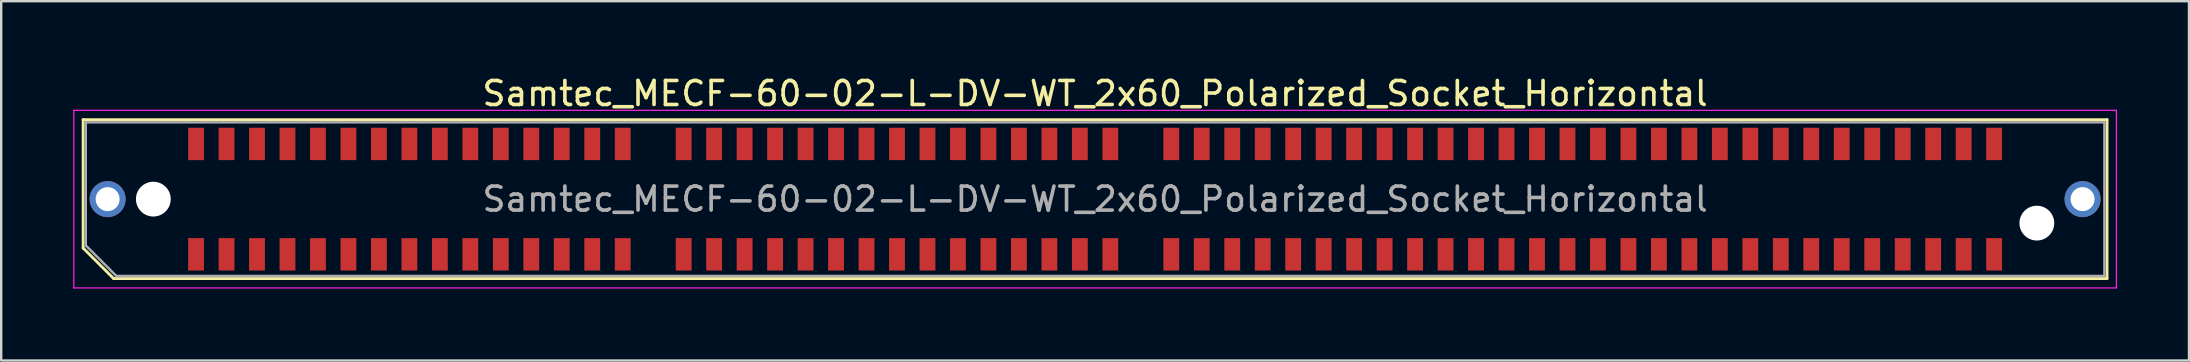
<source format=kicad_pcb>
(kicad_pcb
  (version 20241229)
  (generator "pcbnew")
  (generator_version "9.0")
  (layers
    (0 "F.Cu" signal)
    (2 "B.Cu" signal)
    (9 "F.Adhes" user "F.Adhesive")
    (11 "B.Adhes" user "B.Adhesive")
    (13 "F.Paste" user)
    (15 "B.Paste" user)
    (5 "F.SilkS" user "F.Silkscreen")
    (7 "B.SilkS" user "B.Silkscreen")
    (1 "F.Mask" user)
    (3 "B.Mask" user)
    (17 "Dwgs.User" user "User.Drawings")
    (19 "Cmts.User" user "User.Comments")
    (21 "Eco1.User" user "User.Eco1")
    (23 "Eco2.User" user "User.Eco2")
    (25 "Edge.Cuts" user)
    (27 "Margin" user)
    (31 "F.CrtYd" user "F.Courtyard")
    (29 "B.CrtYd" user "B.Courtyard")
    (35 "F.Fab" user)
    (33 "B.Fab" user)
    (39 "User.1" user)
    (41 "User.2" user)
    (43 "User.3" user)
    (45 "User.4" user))
  (footprint "Samtec_MECF-60-02-L-DV-WT_2x60_Polarized_Socket_Horizontal"
    (layer "F.Cu")
    (at 42.585 5.248)
    (property "Reference" "Samtec_MECF-60-02-L-DV-WT_2x60_Polarized_Socket_Horizontal" (at 0 -4.4 0) (layer "F.SilkS") (effects (font (size 1 1) (thickness 0.15))))
    (attr smd)
    (fp_line (start -42.17 -3.31) (end 42.17 -3.31) (stroke (width 0.12) (type solid)) (layer "F.SilkS"))
    (fp_line (start -42.17 2.04) (end -42.17 -3.31) (stroke (width 0.12) (type solid)) (layer "F.SilkS"))
    (fp_line (start -40.9 3.31) (end -42.17 2.04) (stroke (width 0.12) (type solid)) (layer "F.SilkS"))
    (fp_line (start -40.9 3.31) (end 42.17 3.31) (stroke (width 0.12) (type solid)) (layer "F.SilkS"))
    (fp_line (start 42.17 3.31) (end 42.17 -3.31) (stroke (width 0.12) (type solid)) (layer "F.SilkS"))
    (fp_line (start -42.56 -3.7) (end -42.56 3.7) (stroke (width 0.05) (type solid)) (layer "F.CrtYd"))
    (fp_line (start -42.56 3.7) (end 42.56 3.7) (stroke (width 0.05) (type solid)) (layer "F.CrtYd"))
    (fp_line (start 42.56 -3.7) (end -42.56 -3.7) (stroke (width 0.05) (type solid)) (layer "F.CrtYd"))
    (fp_line (start 42.56 3.7) (end 42.56 -3.7) (stroke (width 0.05) (type solid)) (layer "F.CrtYd"))
    (fp_line (start -42.06 -3.2) (end 42.06 -3.2) (stroke (width 0.1) (type solid)) (layer "F.Fab"))
    (fp_line (start -42.06 1.93) (end -42.06 -3.2) (stroke (width 0.1) (type solid)) (layer "F.Fab"))
    (fp_line (start -42.06 1.93) (end -40.79 3.2) (stroke (width 0.1) (type solid)) (layer "F.Fab"))
    (fp_line (start -40.79 3.2) (end 42.06 3.2) (stroke (width 0.1) (type solid)) (layer "F.Fab"))
    (fp_line (start 42.06 3.2) (end 42.06 -3.2) (stroke (width 0.1) (type solid)) (layer "F.Fab"))
    (fp_text user "${REFERENCE}" (at 0 0 0) (layer "F.Fab") (effects (font (size 1 1) (thickness 0.15))))
    (pad "" thru_hole circle (at -41.15 0) (size 1.5 1.5) (drill 1) (layers "*.Cu" "*.Mask"))
    (pad "" np_thru_hole circle (at -39.245 0) (size 1.45 1.45) (drill 1.45) (layers "*.Cu" "*.Mask"))
    (pad "" np_thru_hole circle (at 39.245 1) (size 1.45 1.45) (drill 1.45) (layers "*.Cu" "*.Mask"))
    (pad "" thru_hole circle (at 41.15 0) (size 1.5 1.5) (drill 1) (layers "*.Cu" "*.Mask"))
    (pad "1" smd rect (at -37.465 2.3) (size 0.66 1.35) (layers "F.Cu" "F.Mask" "F.Paste"))
    (pad "2" smd rect (at -37.465 -2.3) (size 0.66 1.35) (layers "F.Cu" "F.Mask" "F.Paste"))
    (pad "3" smd rect (at -36.195 2.3) (size 0.66 1.35) (layers "F.Cu" "F.Mask" "F.Paste"))
    (pad "4" smd rect (at -36.195 -2.3) (size 0.66 1.35) (layers "F.Cu" "F.Mask" "F.Paste"))
    (pad "5" smd rect (at -34.925 2.3) (size 0.66 1.35) (layers "F.Cu" "F.Mask" "F.Paste"))
    (pad "6" smd rect (at -34.925 -2.3) (size 0.66 1.35) (layers "F.Cu" "F.Mask" "F.Paste"))
    (pad "7" smd rect (at -33.655 2.3) (size 0.66 1.35) (layers "F.Cu" "F.Mask" "F.Paste"))
    (pad "8" smd rect (at -33.655 -2.3) (size 0.66 1.35) (layers "F.Cu" "F.Mask" "F.Paste"))
    (pad "9" smd rect (at -32.385 2.3) (size 0.66 1.35) (layers "F.Cu" "F.Mask" "F.Paste"))
    (pad "10" smd rect (at -32.385 -2.3) (size 0.66 1.35) (layers "F.Cu" "F.Mask" "F.Paste"))
    (pad "11" smd rect (at -31.115 2.3) (size 0.66 1.35) (layers "F.Cu" "F.Mask" "F.Paste"))
    (pad "12" smd rect (at -31.115 -2.3) (size 0.66 1.35) (layers "F.Cu" "F.Mask" "F.Paste"))
    (pad "13" smd rect (at -29.845 2.3) (size 0.66 1.35) (layers "F.Cu" "F.Mask" "F.Paste"))
    (pad "14" smd rect (at -29.845 -2.3) (size 0.66 1.35) (layers "F.Cu" "F.Mask" "F.Paste"))
    (pad "15" smd rect (at -28.575 2.3) (size 0.66 1.35) (layers "F.Cu" "F.Mask" "F.Paste"))
    (pad "16" smd rect (at -28.575 -2.3) (size 0.66 1.35) (layers "F.Cu" "F.Mask" "F.Paste"))
    (pad "17" smd rect (at -27.305 2.3) (size 0.66 1.35) (layers "F.Cu" "F.Mask" "F.Paste"))
    (pad "18" smd rect (at -27.305 -2.3) (size 0.66 1.35) (layers "F.Cu" "F.Mask" "F.Paste"))
    (pad "19" smd rect (at -26.035 2.3) (size 0.66 1.35) (layers "F.Cu" "F.Mask" "F.Paste"))
    (pad "20" smd rect (at -26.035 -2.3) (size 0.66 1.35) (layers "F.Cu" "F.Mask" "F.Paste"))
    (pad "21" smd rect (at -24.765 2.3) (size 0.66 1.35) (layers "F.Cu" "F.Mask" "F.Paste"))
    (pad "22" smd rect (at -24.765 -2.3) (size 0.66 1.35) (layers "F.Cu" "F.Mask" "F.Paste"))
    (pad "23" smd rect (at -23.495 2.3) (size 0.66 1.35) (layers "F.Cu" "F.Mask" "F.Paste"))
    (pad "24" smd rect (at -23.495 -2.3) (size 0.66 1.35) (layers "F.Cu" "F.Mask" "F.Paste"))
    (pad "25" smd rect (at -22.225 2.3) (size 0.66 1.35) (layers "F.Cu" "F.Mask" "F.Paste"))
    (pad "26" smd rect (at -22.225 -2.3) (size 0.66 1.35) (layers "F.Cu" "F.Mask" "F.Paste"))
    (pad "27" smd rect (at -20.955 2.3) (size 0.66 1.35) (layers "F.Cu" "F.Mask" "F.Paste"))
    (pad "28" smd rect (at -20.955 -2.3) (size 0.66 1.35) (layers "F.Cu" "F.Mask" "F.Paste"))
    (pad "29" smd rect (at -19.685 2.3) (size 0.66 1.35) (layers "F.Cu" "F.Mask" "F.Paste"))
    (pad "30" smd rect (at -19.685 -2.3) (size 0.66 1.35) (layers "F.Cu" "F.Mask" "F.Paste"))
    (pad "33" smd rect (at -17.145 2.3) (size 0.66 1.35) (layers "F.Cu" "F.Mask" "F.Paste"))
    (pad "34" smd rect (at -17.145 -2.3) (size 0.66 1.35) (layers "F.Cu" "F.Mask" "F.Paste"))
    (pad "35" smd rect (at -15.875 2.3) (size 0.66 1.35) (layers "F.Cu" "F.Mask" "F.Paste"))
    (pad "36" smd rect (at -15.875 -2.3) (size 0.66 1.35) (layers "F.Cu" "F.Mask" "F.Paste"))
    (pad "37" smd rect (at -14.605 2.3) (size 0.66 1.35) (layers "F.Cu" "F.Mask" "F.Paste"))
    (pad "38" smd rect (at -14.605 -2.3) (size 0.66 1.35) (layers "F.Cu" "F.Mask" "F.Paste"))
    (pad "39" smd rect (at -13.335 2.3) (size 0.66 1.35) (layers "F.Cu" "F.Mask" "F.Paste"))
    (pad "40" smd rect (at -13.335 -2.3) (size 0.66 1.35) (layers "F.Cu" "F.Mask" "F.Paste"))
    (pad "41" smd rect (at -12.065 2.3) (size 0.66 1.35) (layers "F.Cu" "F.Mask" "F.Paste"))
    (pad "42" smd rect (at -12.065 -2.3) (size 0.66 1.35) (layers "F.Cu" "F.Mask" "F.Paste"))
    (pad "43" smd rect (at -10.795 2.3) (size 0.66 1.35) (layers "F.Cu" "F.Mask" "F.Paste"))
    (pad "44" smd rect (at -10.795 -2.3) (size 0.66 1.35) (layers "F.Cu" "F.Mask" "F.Paste"))
    (pad "45" smd rect (at -9.525 2.3) (size 0.66 1.35) (layers "F.Cu" "F.Mask" "F.Paste"))
    (pad "46" smd rect (at -9.525 -2.3) (size 0.66 1.35) (layers "F.Cu" "F.Mask" "F.Paste"))
    (pad "47" smd rect (at -8.255 2.3) (size 0.66 1.35) (layers "F.Cu" "F.Mask" "F.Paste"))
    (pad "48" smd rect (at -8.255 -2.3) (size 0.66 1.35) (layers "F.Cu" "F.Mask" "F.Paste"))
    (pad "49" smd rect (at -6.985 2.3) (size 0.66 1.35) (layers "F.Cu" "F.Mask" "F.Paste"))
    (pad "50" smd rect (at -6.985 -2.3) (size 0.66 1.35) (layers "F.Cu" "F.Mask" "F.Paste"))
    (pad "51" smd rect (at -5.715 2.3) (size 0.66 1.35) (layers "F.Cu" "F.Mask" "F.Paste"))
    (pad "52" smd rect (at -5.715 -2.3) (size 0.66 1.35) (layers "F.Cu" "F.Mask" "F.Paste"))
    (pad "53" smd rect (at -4.445 2.3) (size 0.66 1.35) (layers "F.Cu" "F.Mask" "F.Paste"))
    (pad "54" smd rect (at -4.445 -2.3) (size 0.66 1.35) (layers "F.Cu" "F.Mask" "F.Paste"))
    (pad "55" smd rect (at -3.175 2.3) (size 0.66 1.35) (layers "F.Cu" "F.Mask" "F.Paste"))
    (pad "56" smd rect (at -3.175 -2.3) (size 0.66 1.35) (layers "F.Cu" "F.Mask" "F.Paste"))
    (pad "57" smd rect (at -1.905 2.3) (size 0.66 1.35) (layers "F.Cu" "F.Mask" "F.Paste"))
    (pad "58" smd rect (at -1.905 -2.3) (size 0.66 1.35) (layers "F.Cu" "F.Mask" "F.Paste"))
    (pad "59" smd rect (at -0.635 2.3) (size 0.66 1.35) (layers "F.Cu" "F.Mask" "F.Paste"))
    (pad "60" smd rect (at -0.635 -2.3) (size 0.66 1.35) (layers "F.Cu" "F.Mask" "F.Paste"))
    (pad "61" smd rect (at 0.635 2.3) (size 0.66 1.35) (layers "F.Cu" "F.Mask" "F.Paste"))
    (pad "62" smd rect (at 0.635 -2.3) (size 0.66 1.35) (layers "F.Cu" "F.Mask" "F.Paste"))
    (pad "65" smd rect (at 3.175 2.3) (size 0.66 1.35) (layers "F.Cu" "F.Mask" "F.Paste"))
    (pad "66" smd rect (at 3.175 -2.3) (size 0.66 1.35) (layers "F.Cu" "F.Mask" "F.Paste"))
    (pad "67" smd rect (at 4.445 2.3) (size 0.66 1.35) (layers "F.Cu" "F.Mask" "F.Paste"))
    (pad "68" smd rect (at 4.445 -2.3) (size 0.66 1.35) (layers "F.Cu" "F.Mask" "F.Paste"))
    (pad "69" smd rect (at 5.715 2.3) (size 0.66 1.35) (layers "F.Cu" "F.Mask" "F.Paste"))
    (pad "70" smd rect (at 5.715 -2.3) (size 0.66 1.35) (layers "F.Cu" "F.Mask" "F.Paste"))
    (pad "71" smd rect (at 6.985 2.3) (size 0.66 1.35) (layers "F.Cu" "F.Mask" "F.Paste"))
    (pad "72" smd rect (at 6.985 -2.3) (size 0.66 1.35) (layers "F.Cu" "F.Mask" "F.Paste"))
    (pad "73" smd rect (at 8.255 2.3) (size 0.66 1.35) (layers "F.Cu" "F.Mask" "F.Paste"))
    (pad "74" smd rect (at 8.255 -2.3) (size 0.66 1.35) (layers "F.Cu" "F.Mask" "F.Paste"))
    (pad "75" smd rect (at 9.525 2.3) (size 0.66 1.35) (layers "F.Cu" "F.Mask" "F.Paste"))
    (pad "76" smd rect (at 9.525 -2.3) (size 0.66 1.35) (layers "F.Cu" "F.Mask" "F.Paste"))
    (pad "77" smd rect (at 10.795 2.3) (size 0.66 1.35) (layers "F.Cu" "F.Mask" "F.Paste"))
    (pad "78" smd rect (at 10.795 -2.3) (size 0.66 1.35) (layers "F.Cu" "F.Mask" "F.Paste"))
    (pad "79" smd rect (at 12.065 2.3) (size 0.66 1.35) (layers "F.Cu" "F.Mask" "F.Paste"))
    (pad "80" smd rect (at 12.065 -2.3) (size 0.66 1.35) (layers "F.Cu" "F.Mask" "F.Paste"))
    (pad "81" smd rect (at 13.335 2.3) (size 0.66 1.35) (layers "F.Cu" "F.Mask" "F.Paste"))
    (pad "82" smd rect (at 13.335 -2.3) (size 0.66 1.35) (layers "F.Cu" "F.Mask" "F.Paste"))
    (pad "83" smd rect (at 14.605 2.3) (size 0.66 1.35) (layers "F.Cu" "F.Mask" "F.Paste"))
    (pad "84" smd rect (at 14.605 -2.3) (size 0.66 1.35) (layers "F.Cu" "F.Mask" "F.Paste"))
    (pad "85" smd rect (at 15.875 2.3) (size 0.66 1.35) (layers "F.Cu" "F.Mask" "F.Paste"))
    (pad "86" smd rect (at 15.875 -2.3) (size 0.66 1.35) (layers "F.Cu" "F.Mask" "F.Paste"))
    (pad "87" smd rect (at 17.145 2.3) (size 0.66 1.35) (layers "F.Cu" "F.Mask" "F.Paste"))
    (pad "88" smd rect (at 17.145 -2.3) (size 0.66 1.35) (layers "F.Cu" "F.Mask" "F.Paste"))
    (pad "89" smd rect (at 18.415 2.3) (size 0.66 1.35) (layers "F.Cu" "F.Mask" "F.Paste"))
    (pad "90" smd rect (at 18.415 -2.3) (size 0.66 1.35) (layers "F.Cu" "F.Mask" "F.Paste"))
    (pad "91" smd rect (at 19.685 2.3) (size 0.66 1.35) (layers "F.Cu" "F.Mask" "F.Paste"))
    (pad "92" smd rect (at 19.685 -2.3) (size 0.66 1.35) (layers "F.Cu" "F.Mask" "F.Paste"))
    (pad "93" smd rect (at 20.955 2.3) (size 0.66 1.35) (layers "F.Cu" "F.Mask" "F.Paste"))
    (pad "94" smd rect (at 20.955 -2.3) (size 0.66 1.35) (layers "F.Cu" "F.Mask" "F.Paste"))
    (pad "95" smd rect (at 22.225 2.3) (size 0.66 1.35) (layers "F.Cu" "F.Mask" "F.Paste"))
    (pad "96" smd rect (at 22.225 -2.3) (size 0.66 1.35) (layers "F.Cu" "F.Mask" "F.Paste"))
    (pad "97" smd rect (at 23.495 2.3) (size 0.66 1.35) (layers "F.Cu" "F.Mask" "F.Paste"))
    (pad "98" smd rect (at 23.495 -2.3) (size 0.66 1.35) (layers "F.Cu" "F.Mask" "F.Paste"))
    (pad "99" smd rect (at 24.765 2.3) (size 0.66 1.35) (layers "F.Cu" "F.Mask" "F.Paste"))
    (pad "100" smd rect (at 24.765 -2.3) (size 0.66 1.35) (layers "F.Cu" "F.Mask" "F.Paste"))
    (pad "101" smd rect (at 26.035 2.3) (size 0.66 1.35) (layers "F.Cu" "F.Mask" "F.Paste"))
    (pad "102" smd rect (at 26.035 -2.3) (size 0.66 1.35) (layers "F.Cu" "F.Mask" "F.Paste"))
    (pad "103" smd rect (at 27.305 2.3) (size 0.66 1.35) (layers "F.Cu" "F.Mask" "F.Paste"))
    (pad "104" smd rect (at 27.305 -2.3) (size 0.66 1.35) (layers "F.Cu" "F.Mask" "F.Paste"))
    (pad "105" smd rect (at 28.575 2.3) (size 0.66 1.35) (layers "F.Cu" "F.Mask" "F.Paste"))
    (pad "106" smd rect (at 28.575 -2.3) (size 0.66 1.35) (layers "F.Cu" "F.Mask" "F.Paste"))
    (pad "107" smd rect (at 29.845 2.3) (size 0.66 1.35) (layers "F.Cu" "F.Mask" "F.Paste"))
    (pad "108" smd rect (at 29.845 -2.3) (size 0.66 1.35) (layers "F.Cu" "F.Mask" "F.Paste"))
    (pad "109" smd rect (at 31.115 2.3) (size 0.66 1.35) (layers "F.Cu" "F.Mask" "F.Paste"))
    (pad "110" smd rect (at 31.115 -2.3) (size 0.66 1.35) (layers "F.Cu" "F.Mask" "F.Paste"))
    (pad "111" smd rect (at 32.385 2.3) (size 0.66 1.35) (layers "F.Cu" "F.Mask" "F.Paste"))
    (pad "112" smd rect (at 32.385 -2.3) (size 0.66 1.35) (layers "F.Cu" "F.Mask" "F.Paste"))
    (pad "113" smd rect (at 33.655 2.3) (size 0.66 1.35) (layers "F.Cu" "F.Mask" "F.Paste"))
    (pad "114" smd rect (at 33.655 -2.3) (size 0.66 1.35) (layers "F.Cu" "F.Mask" "F.Paste"))
    (pad "115" smd rect (at 34.925 2.3) (size 0.66 1.35) (layers "F.Cu" "F.Mask" "F.Paste"))
    (pad "116" smd rect (at 34.925 -2.3) (size 0.66 1.35) (layers "F.Cu" "F.Mask" "F.Paste"))
    (pad "117" smd rect (at 36.195 2.3) (size 0.66 1.35) (layers "F.Cu" "F.Mask" "F.Paste"))
    (pad "118" smd rect (at 36.195 -2.3) (size 0.66 1.35) (layers "F.Cu" "F.Mask" "F.Paste"))
    (pad "119" smd rect (at 37.465 2.3) (size 0.66 1.35) (layers "F.Cu" "F.Mask" "F.Paste"))
    (pad "120" smd rect (at 37.465 -2.3) (size 0.66 1.35) (layers "F.Cu" "F.Mask" "F.Paste")))
  (gr_rect
    (start -3 -3)
    (end 88.17 11.973)
    (stroke (width 0.1) (type default))
    (fill no)
    (layer "Edge.Cuts")))
</source>
